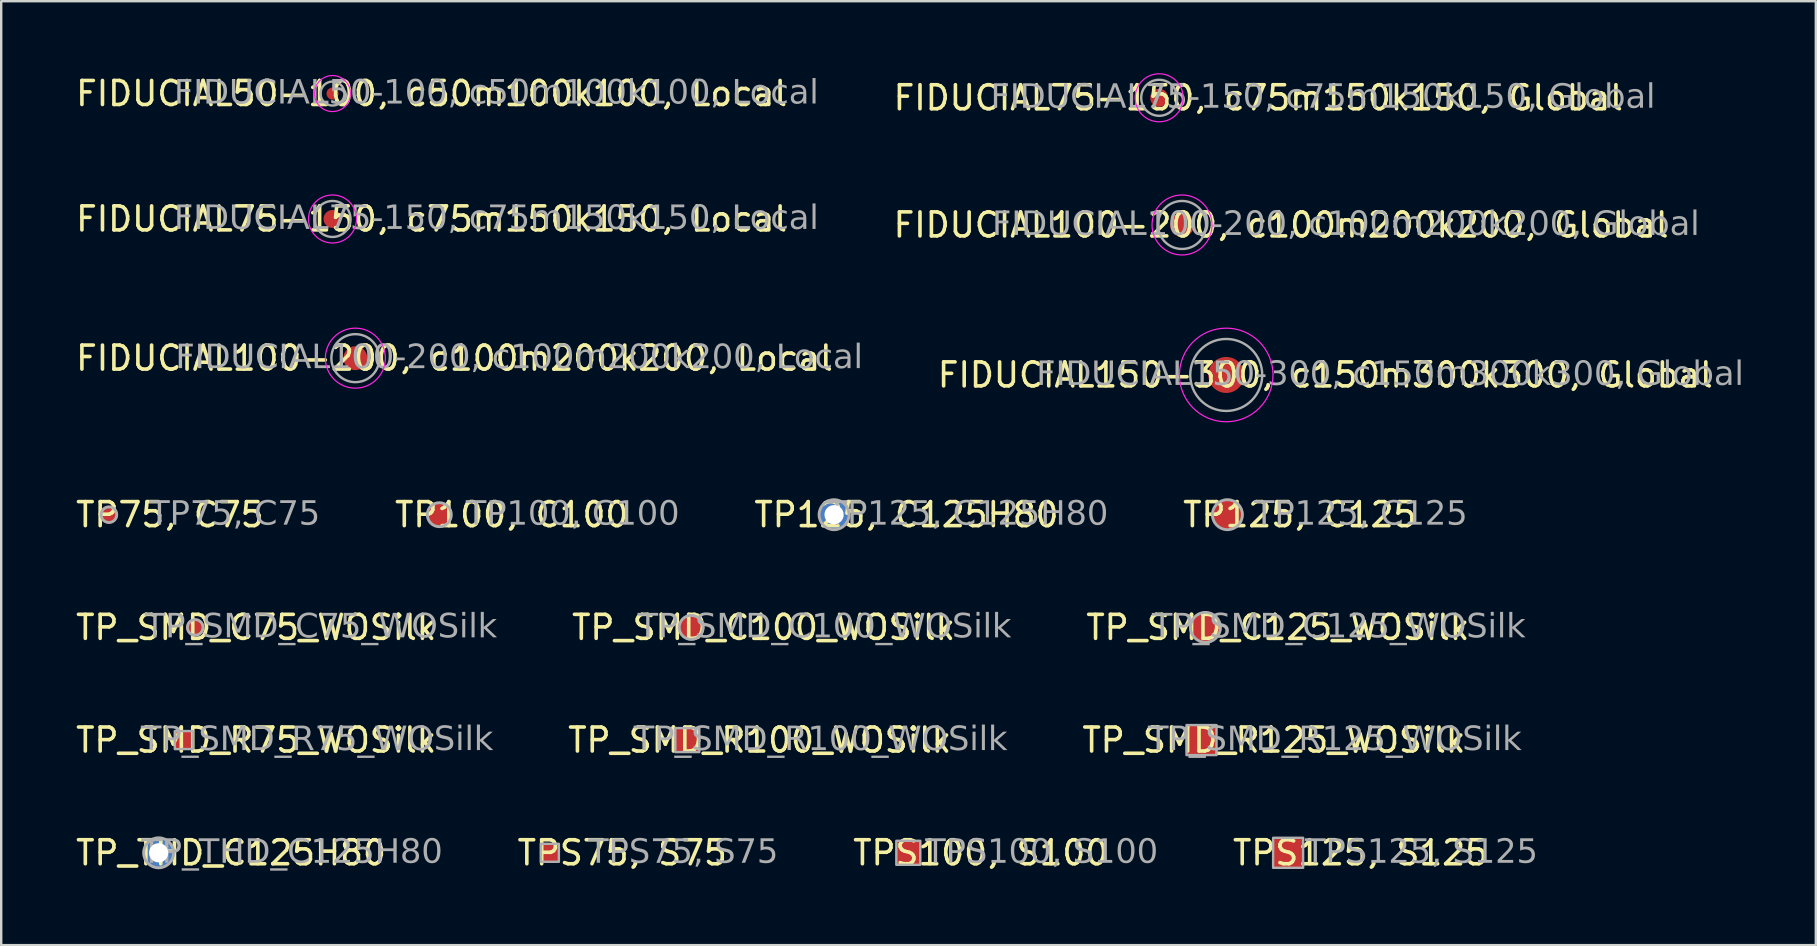
<source format=kicad_pcb>
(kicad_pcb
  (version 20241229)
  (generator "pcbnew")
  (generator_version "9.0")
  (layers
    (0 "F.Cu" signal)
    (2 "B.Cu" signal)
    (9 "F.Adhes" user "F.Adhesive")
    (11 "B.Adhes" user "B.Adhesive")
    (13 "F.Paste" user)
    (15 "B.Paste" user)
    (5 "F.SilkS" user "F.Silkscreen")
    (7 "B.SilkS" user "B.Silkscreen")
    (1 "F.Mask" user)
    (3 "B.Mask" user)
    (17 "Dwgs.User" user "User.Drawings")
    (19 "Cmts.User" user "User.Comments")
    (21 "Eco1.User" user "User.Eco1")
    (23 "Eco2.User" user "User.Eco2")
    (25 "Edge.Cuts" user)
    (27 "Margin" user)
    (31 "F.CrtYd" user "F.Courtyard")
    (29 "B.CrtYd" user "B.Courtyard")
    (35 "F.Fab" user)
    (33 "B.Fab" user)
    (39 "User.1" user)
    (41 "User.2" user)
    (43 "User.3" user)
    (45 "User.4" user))
  (footprint "TP_SMD_C125_WOSilk"
    (layer "F.Cu")
    (at 47.183 23.095)
    (property "Reference" "TP_SMD_C125_WOSilk" (at 3.016 0 0) (layer "F.SilkS") (effects (font (size 1 1) (thickness 0.15))))
    (attr smd exclude_from_bom allow_missing_courtyard)
    (fp_circle (center 0 0) (end 0.625 0) (stroke (width 0.12) (type default)) (fill no) (layer "F.Fab"))
    (fp_text user "${REFERENCE}" (at 5.556 0 0) (layer "F.Fab") (effects (font (face "Tahoma") (size 1 1) (thickness 0.15))))
    (pad "1" smd circle (at 0 0) (size 1.25 1.25) (property pad_prop_testpoint) (layers "F.Cu" "F.Mask")))
  (footprint "FIDUCIAL100-200, c100m200k200, Global"
    (layer "F.Cu")
    (at 46.207 6.325)
    (property "Reference" "FIDUCIAL100-200, c100m200k200, Global" (at 4.128 0 0) (layer "F.SilkS") (effects (font (size 1 1) (thickness 0.15))))
    (attr smd board_only exclude_from_bom allow_missing_courtyard)
    (fp_circle (center 0 0) (end 1.25 0) (stroke (width 0.05) (type solid)) (fill no) (layer "F.CrtYd"))
    (fp_circle (center 0 0) (end 1 0) (stroke (width 0.1) (type solid)) (fill no) (layer "F.Fab"))
    (fp_text user "${REFERENCE}" (at 6.826 0 0) (layer "F.Fab") (effects (font (face "Tahoma") (size 1 1) (thickness 0.15))))
    (pad "~" smd circle (at 0 0) (size 1 1) (layers "F.Cu" "F.Mask")))
  (footprint "TP_SMD_C100_WOSilk"
    (layer "F.Cu")
    (at 25.753 23.095)
    (property "Reference" "TP_SMD_C100_WOSilk" (at 3.016 0 0) (layer "F.SilkS") (effects (font (size 1 1) (thickness 0.15))))
    (attr smd exclude_from_bom allow_missing_courtyard)
    (fp_circle (center 0 0) (end 0.5 0) (stroke (width 0.12) (type default)) (fill no) (layer "F.Fab"))
    (fp_text user "${REFERENCE}" (at 5.556 0 0) (layer "F.Fab") (effects (font (face "Tahoma") (size 1 1) (thickness 0.15))))
    (pad "1" smd circle (at 0 0 90) (size 1 1) (property pad_prop_testpoint) (layers "F.Cu" "F.Mask")))
  (footprint "FIDUCIAL50-100, c50m100k100, Local"
    (layer "F.Cu")
    (at 10.807 0.848)
    (property "Reference" "FIDUCIAL50-100, c50m100k100, Local" (at 4.128 0 0) (layer "F.SilkS") (effects (font (size 1 1) (thickness 0.15))))
    (attr smd board_only exclude_from_bom allow_missing_courtyard)
    (fp_circle (center 0 0) (end 0.75 0) (stroke (width 0.05) (type solid)) (fill no) (layer "F.CrtYd"))
    (fp_circle (center 0 0) (end 0.5 0) (stroke (width 0.1) (type solid)) (fill no) (layer "F.Fab"))
    (fp_text user "${REFERENCE}" (at 6.826 0 0) (layer "F.Fab") (effects (font (face "Tahoma") (size 1 1) (thickness 0.15))))
    (pad "~" smd circle (at 0 0) (size 0.5 0.5) (layers "F.Cu" "F.Mask")))
  (footprint "TP_SMD_R100_WOSilk"
    (layer "F.Cu")
    (at 25.591 27.791)
    (property "Reference" "TP_SMD_R100_WOSilk" (at 3.016 0 0) (layer "F.SilkS") (effects (font (size 1 1) (thickness 0.15))))
    (attr smd exclude_from_bom allow_missing_courtyard)
    (fp_rect (start -0.5 -0.5) (end 0.5 0.5) (stroke (width 0.1) (type default)) (fill no) (layer "F.Fab"))
    (fp_text user "${REFERENCE}" (at 5.556 0 0) (layer "F.Fab") (effects (font (face "Tahoma") (size 1 1) (thickness 0.15))))
    (pad "1" smd rect (at 0 0) (size 1 1) (property pad_prop_testpoint) (layers "F.Cu" "F.Mask")))
  (footprint "TP75, C75"
    (layer "F.Cu")
    (at 1.49 18.398)
    (property "Reference" "TP75, C75" (at 2.54 0 0) (layer "F.SilkS") (effects (font (size 1 1) (thickness 0.15))))
    (attr smd exclude_from_bom allow_missing_courtyard)
    (fp_circle (center 0 0) (end 0.325 0) (stroke (width 0.12) (type default)) (fill no) (layer "F.Fab"))
    (fp_text user "${REFERENCE}" (at 5.239 0 0) (layer "F.Fab") (effects (font (face "Tahoma") (size 1 1) (thickness 0.15))))
    (pad "1" smd circle (at 0 0) (size 0.75 0.75) (property pad_prop_testpoint) (layers "F.Cu" "F.Mask")))
  (footprint "FIDUCIAL150-300, c150m300k300, Global"
    (layer "F.Cu")
    (at 48.049 12.575)
    (property "Reference" "FIDUCIAL150-300, c150m300k300, Global" (at 4.128 0 0) (layer "F.SilkS") (effects (font (size 1 1) (thickness 0.15))))
    (attr smd board_only exclude_from_bom allow_missing_courtyard)
    (fp_circle (center 0 0) (end 1.95 0) (stroke (width 0.05) (type solid)) (fill no) (layer "F.CrtYd"))
    (fp_circle (center 0 0) (end 1.5 0) (stroke (width 0.1) (type solid)) (fill no) (layer "F.Fab"))
    (fp_text user "${REFERENCE}" (at 6.826 0 0) (layer "F.Fab") (effects (font (face "Tahoma") (size 1 1) (thickness 0.15))))
    (pad "~" smd circle (at 0 0) (size 1.5 1.5) (layers "F.Cu" "F.Mask")))
  (footprint "TP_THD_C125H80"
    (layer "F.Cu")
    (at 3.561 32.488)
    (property "Reference" "TP_THD_C125H80" (at 3.016 0 0) (layer "F.SilkS") (effects (font (size 1 1) (thickness 0.15))))
    (attr smd exclude_from_bom allow_missing_courtyard)
    (fp_circle (center 0 0) (end 0.625 0) (stroke (width 0.12) (type default)) (fill no) (layer "F.Fab"))
    (fp_text user "${REFERENCE}" (at 5.556 0 0) (layer "F.Fab") (effects (font (face "Tahoma") (size 1 1) (thickness 0.15))))
    (pad "1" thru_hole circle (at 0 0) (size 1.25 1.25) (drill 0.8) (property pad_prop_testpoint) (layers "*.Cu" "*.Mask")))
  (footprint "TPS100, S100"
    (layer "F.Cu")
    (at 34.801 32.488)
    (property "Reference" "TPS100, S100" (at 3.016 0 0) (layer "F.SilkS") (effects (font (size 1 1) (thickness 0.15))))
    (attr smd exclude_from_bom allow_missing_courtyard)
    (fp_rect (start -0.5 -0.5) (end 0.5 0.5) (stroke (width 0.1) (type default)) (fill no) (layer "F.Fab"))
    (fp_text user "${REFERENCE}" (at 5.556 0 0) (layer "F.Fab") (effects (font (face "Tahoma") (size 1 1) (thickness 0.15))))
    (pad "1" smd rect (at 0 0) (size 1 1) (property pad_prop_testpoint) (layers "F.Cu" "F.Mask")))
  (footprint "TP125, C125H80"
    (layer "F.Cu")
    (at 31.708 18.398)
    (property "Reference" "TP125, C125H80" (at 3.016 0 0) (layer "F.SilkS") (effects (font (size 1 1) (thickness 0.15))))
    (attr smd exclude_from_bom allow_missing_courtyard)
    (fp_circle (center 0 0) (end 0.625 0) (stroke (width 0.12) (type default)) (fill no) (layer "F.Fab"))
    (fp_text user "${REFERENCE}" (at 5.556 0 0) (layer "F.Fab") (effects (font (face "Tahoma") (size 1 1) (thickness 0.15))))
    (pad "1" thru_hole circle (at 0 0) (size 1.25 1.25) (drill 0.8) (property pad_prop_testpoint) (layers "*.Cu" "*.Mask")))
  (footprint "TP125, C125"
    (layer "F.Cu")
    (at 48.099 18.398)
    (property "Reference" "TP125, C125" (at 3.016 0 0) (layer "F.SilkS") (effects (font (size 1 1) (thickness 0.15))))
    (attr smd exclude_from_bom allow_missing_courtyard)
    (fp_circle (center 0 0) (end 0.625 0) (stroke (width 0.12) (type default)) (fill no) (layer "F.Fab"))
    (fp_text user "${REFERENCE}" (at 5.556 0 0) (layer "F.Fab") (effects (font (face "Tahoma") (size 1 1) (thickness 0.15))))
    (pad "1" smd circle (at 0 0) (size 1.25 1.25) (property pad_prop_testpoint) (layers "F.Cu" "F.Mask")))
  (footprint "TP_SMD_C75_WOSilk"
    (layer "F.Cu")
    (at 5.085 23.095)
    (property "Reference" "TP_SMD_C75_WOSilk" (at 2.54 0 0) (layer "F.SilkS") (effects (font (size 1 1) (thickness 0.15))))
    (attr smd exclude_from_bom allow_missing_courtyard)
    (fp_circle (center 0 0) (end 0.325 0) (stroke (width 0.12) (type default)) (fill no) (layer "F.Fab"))
    (fp_text user "${REFERENCE}" (at 5.239 0 0) (layer "F.Fab") (effects (font (face "Tahoma") (size 1 1) (thickness 0.15))))
    (pad "1" smd circle (at 0 0) (size 0.75 0.75) (property pad_prop_testpoint) (layers "F.Cu" "F.Mask")))
  (footprint "FIDUCIAL100-200, c100m200k200, Local"
    (layer "F.Cu")
    (at 11.759 11.875)
    (property "Reference" "FIDUCIAL100-200, c100m200k200, Local" (at 4.128 0 0) (layer "F.SilkS") (effects (font (size 1 1) (thickness 0.15))))
    (attr smd board_only exclude_from_bom allow_missing_courtyard)
    (fp_circle (center 0 0) (end 1.25 0) (stroke (width 0.05) (type solid)) (fill no) (layer "F.CrtYd"))
    (fp_circle (center 0 0) (end 1 0) (stroke (width 0.1) (type solid)) (fill no) (layer "F.Fab"))
    (fp_text user "${REFERENCE}" (at 6.826 0 0) (layer "F.Fab") (effects (font (face "Tahoma") (size 1 1) (thickness 0.15))))
    (pad "~" smd circle (at 0 0) (size 1 1) (layers "F.Cu" "F.Mask")))
  (footprint "TP_SMD_R75_WOSilk"
    (layer "F.Cu")
    (at 4.609 27.791)
    (property "Reference" "TP_SMD_R75_WOSilk" (at 3.016 0 0) (layer "F.SilkS") (effects (font (size 1 1) (thickness 0.15))))
    (attr smd exclude_from_bom allow_missing_courtyard)
    (fp_rect (start -0.375 -0.375) (end 0.375 0.375) (stroke (width 0.1) (type default)) (fill no) (layer "F.Fab"))
    (fp_text user "${REFERENCE}" (at 5.556 0 0) (layer "F.Fab") (effects (font (face "Tahoma") (size 1 1) (thickness 0.15))))
    (pad "1" smd rect (at 0 0) (size 0.75 0.75) (property pad_prop_testpoint) (layers "F.Cu" "F.Mask")))
  (footprint "TPS125, S125"
    (layer "F.Cu")
    (at 50.628 32.488)
    (property "Reference" "TPS125, S125" (at 3.016 0 0) (layer "F.SilkS") (effects (font (size 1 1) (thickness 0.15))))
    (attr smd exclude_from_bom allow_missing_courtyard)
    (fp_rect (start -0.625 -0.625) (end 0.625 0.625) (stroke (width 0.1) (type default)) (fill no) (layer "F.Fab"))
    (fp_text user "${REFERENCE}" (at 5.556 0 0) (layer "F.Fab") (effects (font (face "Tahoma") (size 1 1) (thickness 0.15))))
    (pad "1" smd rect (at 0 0) (size 1.25 1.25) (property pad_prop_testpoint) (layers "F.Cu" "F.Mask")))
  (footprint "FIDUCIAL75-150, c75m150k150, Local"
    (layer "F.Cu")
    (at 10.807 6.075)
    (property "Reference" "FIDUCIAL75-150, c75m150k150, Local" (at 4.128 0 0) (layer "F.SilkS") (effects (font (size 1 1) (thickness 0.15))))
    (attr smd board_only exclude_from_bom allow_missing_courtyard)
    (fp_circle (center 0 0) (end 1 0) (stroke (width 0.05) (type solid)) (fill no) (layer "F.CrtYd"))
    (fp_circle (center 0 0) (end 0.75 0) (stroke (width 0.1) (type solid)) (fill no) (layer "F.Fab"))
    (fp_text user "${REFERENCE}" (at 6.826 0 0) (layer "F.Fab") (effects (font (face "Tahoma") (size 1 1) (thickness 0.15))))
    (pad "~" smd circle (at 0 0) (size 0.75 0.75) (layers "F.Cu" "F.Mask")))
  (footprint "TPS75, S75"
    (layer "F.Cu")
    (at 19.864 32.488)
    (property "Reference" "TPS75, S75" (at 3.016 0 0) (layer "F.SilkS") (effects (font (size 1 1) (thickness 0.15))))
    (attr smd exclude_from_bom allow_missing_courtyard)
    (fp_rect (start -0.375 -0.375) (end 0.375 0.375) (stroke (width 0.1) (type default)) (fill no) (layer "F.Fab"))
    (fp_text user "${REFERENCE}" (at 5.556 0 0) (layer "F.Fab") (effects (font (face "Tahoma") (size 1 1) (thickness 0.15))))
    (pad "1" smd rect (at 0 0) (size 0.75 0.75) (property pad_prop_testpoint) (layers "F.Cu" "F.Mask")))
  (footprint "TP_SMD_R125_WOSilk"
    (layer "F.Cu")
    (at 47.019 27.791)
    (property "Reference" "TP_SMD_R125_WOSilk" (at 3.016 0 0) (layer "F.SilkS") (effects (font (size 1 1) (thickness 0.15))))
    (attr smd exclude_from_bom allow_missing_courtyard)
    (fp_rect (start -0.625 -0.625) (end 0.625 0.625) (stroke (width 0.1) (type default)) (fill no) (layer "F.Fab"))
    (fp_text user "${REFERENCE}" (at 5.556 0 0) (layer "F.Fab") (effects (font (face "Tahoma") (size 1 1) (thickness 0.15))))
    (pad "1" smd rect (at 0 0) (size 1.25 1.25) (property pad_prop_testpoint) (layers "F.Cu" "F.Mask")))
  (footprint "TP100, C100"
    (layer "F.Cu")
    (at 15.257 18.398)
    (property "Reference" "TP100, C100" (at 3.016 0 0) (layer "F.SilkS") (effects (font (size 1 1) (thickness 0.15))))
    (attr smd exclude_from_bom allow_missing_courtyard)
    (fp_circle (center 0 0) (end 0.5 0) (stroke (width 0.12) (type default)) (fill no) (layer "F.Fab"))
    (fp_text user "${REFERENCE}" (at 5.556 0 0) (layer "F.Fab") (effects (font (face "Tahoma") (size 1 1) (thickness 0.15))))
    (pad "1" smd circle (at 0 0 90) (size 1 1) (property pad_prop_testpoint) (layers "F.Cu" "F.Mask")))
  (footprint "FIDUCIAL75-150, c75m150k150, Global"
    (layer "F.Cu")
    (at 45.255 1.025)
    (property "Reference" "FIDUCIAL75-150, c75m150k150, Global" (at 4.128 0 0) (layer "F.SilkS") (effects (font (size 1 1) (thickness 0.15))))
    (attr smd board_only exclude_from_bom allow_missing_courtyard)
    (fp_circle (center 0 0) (end 1 0) (stroke (width 0.05) (type solid)) (fill no) (layer "F.CrtYd"))
    (fp_circle (center 0 0) (end 0.75 0) (stroke (width 0.1) (type solid)) (fill no) (layer "F.Fab"))
    (fp_text user "${REFERENCE}" (at 6.826 0 0) (layer "F.Fab") (effects (font (face "Tahoma") (size 1 1) (thickness 0.15))))
    (pad "~" smd circle (at 0 0) (size 0.75 0.75) (layers "F.Cu" "F.Mask")))
  (gr_rect
    (start -3 -3)
    (end 72.618 36.336)
    (stroke (width 0.1) (type default))
    (fill no)
    (layer "Edge.Cuts")))
</source>
